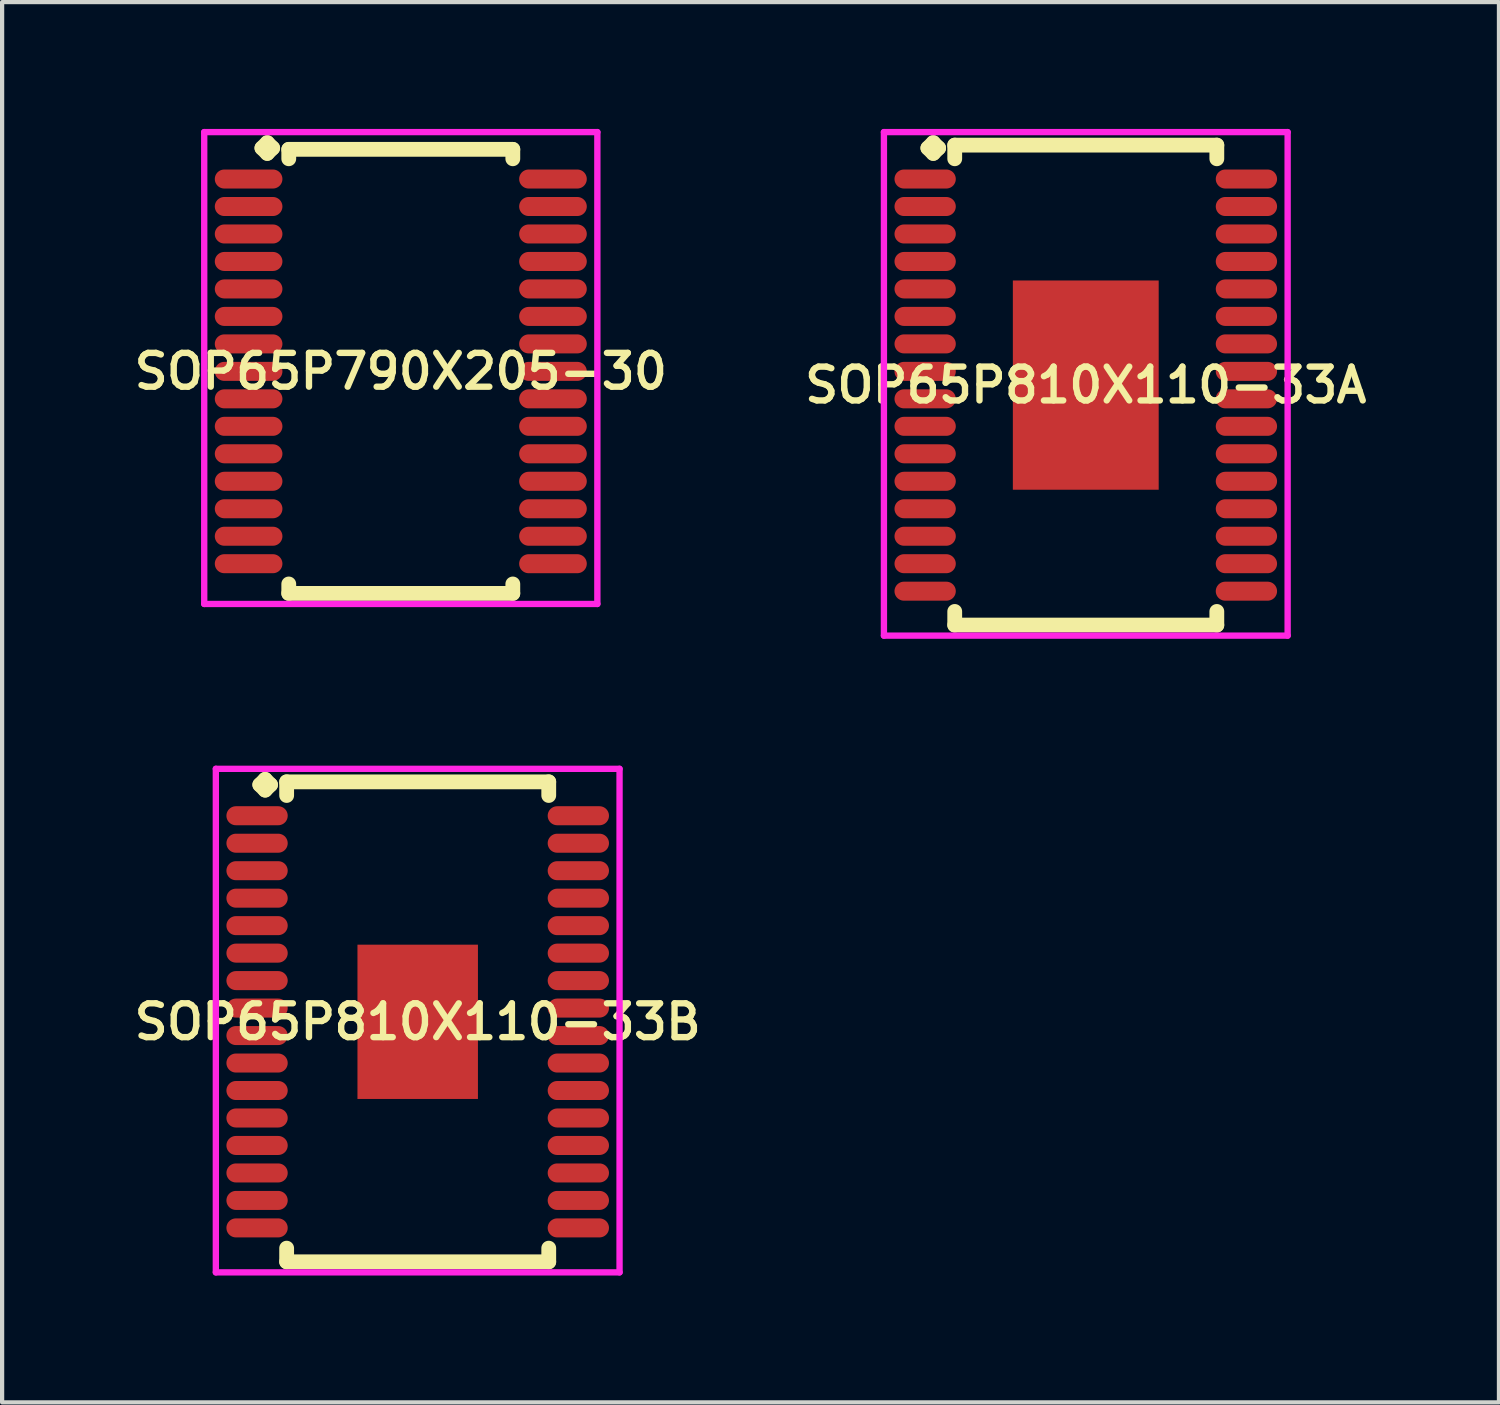
<source format=kicad_pcb>
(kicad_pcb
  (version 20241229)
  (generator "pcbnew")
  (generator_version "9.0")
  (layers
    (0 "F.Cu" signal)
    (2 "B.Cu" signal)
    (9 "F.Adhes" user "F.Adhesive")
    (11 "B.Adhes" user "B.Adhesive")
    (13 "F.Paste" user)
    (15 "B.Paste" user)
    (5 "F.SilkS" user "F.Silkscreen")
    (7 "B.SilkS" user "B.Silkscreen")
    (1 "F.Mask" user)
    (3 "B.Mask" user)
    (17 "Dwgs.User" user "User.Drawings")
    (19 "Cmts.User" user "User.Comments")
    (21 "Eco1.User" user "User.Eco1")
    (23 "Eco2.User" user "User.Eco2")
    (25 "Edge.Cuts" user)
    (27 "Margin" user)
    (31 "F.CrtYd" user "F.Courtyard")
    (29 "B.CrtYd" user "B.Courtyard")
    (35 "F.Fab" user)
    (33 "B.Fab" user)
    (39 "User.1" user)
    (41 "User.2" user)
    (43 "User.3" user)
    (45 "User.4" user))
  (footprint "SOP65P810X110-33A"
    (layer "F.Cu")
    (at 22.635 6.06)
    (property "Reference" "SOP65P810X110-33A" (at 0 0 0) (layer "F.SilkS") (effects (font (size 0.8 0.8) (thickness 0.15))))
    (attr smd)
    (fp_line (start -3.735 -5.608) (end -3.608 -5.735) (stroke (width 0.35) (type solid)) (layer "F.SilkS"))
    (fp_line (start -3.608 -5.735) (end -3.481 -5.608) (stroke (width 0.35) (type solid)) (layer "F.SilkS"))
    (fp_line (start -3.608 -5.481) (end -3.735 -5.608) (stroke (width 0.35) (type solid)) (layer "F.SilkS"))
    (fp_line (start -3.481 -5.608) (end -3.608 -5.481) (stroke (width 0.35) (type solid)) (layer "F.SilkS"))
    (fp_line (start -3.1 -5.677) (end 3.1 -5.677) (stroke (width 0.35) (type solid)) (layer "F.SilkS"))
    (fp_line (start -3.1 -5.354) (end -3.1 -5.677) (stroke (width 0.35) (type solid)) (layer "F.SilkS"))
    (fp_line (start -3.1 5.354) (end -3.1 5.677) (stroke (width 0.35) (type solid)) (layer "F.SilkS"))
    (fp_line (start -3.1 5.677) (end 3.1 5.677) (stroke (width 0.35) (type solid)) (layer "F.SilkS"))
    (fp_line (start 3.1 -5.677) (end 3.1 -5.354) (stroke (width 0.35) (type solid)) (layer "F.SilkS"))
    (fp_line (start 3.1 5.677) (end 3.1 5.354) (stroke (width 0.35) (type solid)) (layer "F.SilkS"))
    (fp_line (start -4.775 -5.985) (end 4.775 -5.985) (stroke (width 0.15) (type solid)) (layer "F.CrtYd"))
    (fp_line (start -4.775 5.927) (end -4.775 -5.985) (stroke (width 0.15) (type solid)) (layer "F.CrtYd"))
    (fp_line (start 4.775 -5.985) (end 4.775 5.927) (stroke (width 0.15) (type solid)) (layer "F.CrtYd"))
    (fp_line (start 4.775 5.927) (end -4.775 5.927) (stroke (width 0.15) (type solid)) (layer "F.CrtYd"))
    (pad "1" smd oval (at -3.8 -4.875) (size 1.45 0.45) (layers "F.Cu" "F.Mask" "F.Paste"))
    (pad "2" smd oval (at -3.8 -4.225) (size 1.45 0.45) (layers "F.Cu" "F.Mask" "F.Paste"))
    (pad "3" smd oval (at -3.8 -3.575) (size 1.45 0.45) (layers "F.Cu" "F.Mask" "F.Paste"))
    (pad "4" smd oval (at -3.8 -2.925) (size 1.45 0.45) (layers "F.Cu" "F.Mask" "F.Paste"))
    (pad "5" smd oval (at -3.8 -2.275) (size 1.45 0.45) (layers "F.Cu" "F.Mask" "F.Paste"))
    (pad "6" smd oval (at -3.8 -1.625) (size 1.45 0.45) (layers "F.Cu" "F.Mask" "F.Paste"))
    (pad "7" smd oval (at -3.8 -0.975) (size 1.45 0.45) (layers "F.Cu" "F.Mask" "F.Paste"))
    (pad "8" smd oval (at -3.8 -0.325) (size 1.45 0.45) (layers "F.Cu" "F.Mask" "F.Paste"))
    (pad "9" smd oval (at -3.8 0.325) (size 1.45 0.45) (layers "F.Cu" "F.Mask" "F.Paste"))
    (pad "10" smd oval (at -3.8 0.975) (size 1.45 0.45) (layers "F.Cu" "F.Mask" "F.Paste"))
    (pad "11" smd oval (at -3.8 1.625) (size 1.45 0.45) (layers "F.Cu" "F.Mask" "F.Paste"))
    (pad "12" smd oval (at -3.8 2.275) (size 1.45 0.45) (layers "F.Cu" "F.Mask" "F.Paste"))
    (pad "13" smd oval (at -3.8 2.925) (size 1.45 0.45) (layers "F.Cu" "F.Mask" "F.Paste"))
    (pad "14" smd oval (at -3.8 3.575) (size 1.45 0.45) (layers "F.Cu" "F.Mask" "F.Paste"))
    (pad "15" smd oval (at -3.8 4.225) (size 1.45 0.45) (layers "F.Cu" "F.Mask" "F.Paste"))
    (pad "16" smd oval (at -3.8 4.875) (size 1.45 0.45) (layers "F.Cu" "F.Mask" "F.Paste"))
    (pad "17" smd oval (at 3.8 4.875) (size 1.45 0.45) (layers "F.Cu" "F.Mask" "F.Paste"))
    (pad "18" smd oval (at 3.8 4.225) (size 1.45 0.45) (layers "F.Cu" "F.Mask" "F.Paste"))
    (pad "19" smd oval (at 3.8 3.575) (size 1.45 0.45) (layers "F.Cu" "F.Mask" "F.Paste"))
    (pad "20" smd oval (at 3.8 2.925) (size 1.45 0.45) (layers "F.Cu" "F.Mask" "F.Paste"))
    (pad "21" smd oval (at 3.8 2.275) (size 1.45 0.45) (layers "F.Cu" "F.Mask" "F.Paste"))
    (pad "22" smd oval (at 3.8 1.625) (size 1.45 0.45) (layers "F.Cu" "F.Mask" "F.Paste"))
    (pad "23" smd oval (at 3.8 0.975) (size 1.45 0.45) (layers "F.Cu" "F.Mask" "F.Paste"))
    (pad "24" smd oval (at 3.8 0.325) (size 1.45 0.45) (layers "F.Cu" "F.Mask" "F.Paste"))
    (pad "25" smd oval (at 3.8 -0.325) (size 1.45 0.45) (layers "F.Cu" "F.Mask" "F.Paste"))
    (pad "26" smd oval (at 3.8 -0.975) (size 1.45 0.45) (layers "F.Cu" "F.Mask" "F.Paste"))
    (pad "27" smd oval (at 3.8 -1.625) (size 1.45 0.45) (layers "F.Cu" "F.Mask" "F.Paste"))
    (pad "28" smd oval (at 3.8 -2.275) (size 1.45 0.45) (layers "F.Cu" "F.Mask" "F.Paste"))
    (pad "29" smd oval (at 3.8 -2.925) (size 1.45 0.45) (layers "F.Cu" "F.Mask" "F.Paste"))
    (pad "30" smd oval (at 3.8 -3.575) (size 1.45 0.45) (layers "F.Cu" "F.Mask" "F.Paste"))
    (pad "31" smd oval (at 3.8 -4.225) (size 1.45 0.45) (layers "F.Cu" "F.Mask" "F.Paste"))
    (pad "32" smd oval (at 3.8 -4.875) (size 1.45 0.45) (layers "F.Cu" "F.Mask" "F.Paste"))
    (pad "33" smd rect (at 0 0) (size 3.45 4.95) (layers "F.Cu" "F.Mask" "F.Paste")))
  (footprint "SOP65P790X205-30"
    (layer "F.Cu")
    (at 6.431 5.735)
    (property "Reference" "SOP65P790X205-30" (at 0 0 0) (layer "F.SilkS") (effects (font (size 0.8 0.8) (thickness 0.15))))
    (attr through_hole)
    (fp_line (start -3.285 -5.283) (end -3.158 -5.41) (stroke (width 0.35) (type solid)) (layer "F.SilkS"))
    (fp_line (start -3.158 -5.41) (end -3.031 -5.283) (stroke (width 0.35) (type solid)) (layer "F.SilkS"))
    (fp_line (start -3.158 -5.156) (end -3.285 -5.283) (stroke (width 0.35) (type solid)) (layer "F.SilkS"))
    (fp_line (start -3.031 -5.283) (end -3.158 -5.156) (stroke (width 0.35) (type solid)) (layer "F.SilkS"))
    (fp_line (start -2.65 -5.252) (end 2.65 -5.252) (stroke (width 0.35) (type solid)) (layer "F.SilkS"))
    (fp_line (start -2.65 -5.029) (end -2.65 -5.252) (stroke (width 0.35) (type solid)) (layer "F.SilkS"))
    (fp_line (start -2.65 5.029) (end -2.65 5.252) (stroke (width 0.35) (type solid)) (layer "F.SilkS"))
    (fp_line (start -2.65 5.252) (end 2.65 5.252) (stroke (width 0.35) (type solid)) (layer "F.SilkS"))
    (fp_line (start 2.65 -5.252) (end 2.65 -5.029) (stroke (width 0.35) (type solid)) (layer "F.SilkS"))
    (fp_line (start 2.65 5.252) (end 2.65 5.029) (stroke (width 0.35) (type solid)) (layer "F.SilkS"))
    (fp_line (start -4.65 -5.66) (end 4.65 -5.66) (stroke (width 0.15) (type solid)) (layer "F.CrtYd"))
    (fp_line (start -4.65 5.502) (end -4.65 -5.66) (stroke (width 0.15) (type solid)) (layer "F.CrtYd"))
    (fp_line (start 4.65 -5.66) (end 4.65 5.502) (stroke (width 0.15) (type solid)) (layer "F.CrtYd"))
    (fp_line (start 4.65 5.502) (end -4.65 5.502) (stroke (width 0.15) (type solid)) (layer "F.CrtYd"))
    (pad "1" smd oval (at -3.6 -4.55) (size 1.6 0.45) (layers "F.Cu" "F.Mask" "F.Paste"))
    (pad "2" smd oval (at -3.6 -3.9) (size 1.6 0.45) (layers "F.Cu" "F.Mask" "F.Paste"))
    (pad "3" smd oval (at -3.6 -3.25) (size 1.6 0.45) (layers "F.Cu" "F.Mask" "F.Paste"))
    (pad "4" smd oval (at -3.6 -2.6) (size 1.6 0.45) (layers "F.Cu" "F.Mask" "F.Paste"))
    (pad "5" smd oval (at -3.6 -1.95) (size 1.6 0.45) (layers "F.Cu" "F.Mask" "F.Paste"))
    (pad "6" smd oval (at -3.6 -1.3) (size 1.6 0.45) (layers "F.Cu" "F.Mask" "F.Paste"))
    (pad "7" smd oval (at -3.6 -0.65) (size 1.6 0.45) (layers "F.Cu" "F.Mask" "F.Paste"))
    (pad "8" smd oval (at -3.6 0) (size 1.6 0.45) (layers "F.Cu" "F.Mask" "F.Paste"))
    (pad "9" smd oval (at -3.6 0.65) (size 1.6 0.45) (layers "F.Cu" "F.Mask" "F.Paste"))
    (pad "10" smd oval (at -3.6 1.3) (size 1.6 0.45) (layers "F.Cu" "F.Mask" "F.Paste"))
    (pad "11" smd oval (at -3.6 1.95) (size 1.6 0.45) (layers "F.Cu" "F.Mask" "F.Paste"))
    (pad "12" smd oval (at -3.6 2.6) (size 1.6 0.45) (layers "F.Cu" "F.Mask" "F.Paste"))
    (pad "13" smd oval (at -3.6 3.25) (size 1.6 0.45) (layers "F.Cu" "F.Mask" "F.Paste"))
    (pad "14" smd oval (at -3.6 3.9) (size 1.6 0.45) (layers "F.Cu" "F.Mask" "F.Paste"))
    (pad "15" smd oval (at -3.6 4.55) (size 1.6 0.45) (layers "F.Cu" "F.Mask" "F.Paste"))
    (pad "16" smd oval (at 3.6 4.55) (size 1.6 0.45) (layers "F.Cu" "F.Mask" "F.Paste"))
    (pad "17" smd oval (at 3.6 3.9) (size 1.6 0.45) (layers "F.Cu" "F.Mask" "F.Paste"))
    (pad "18" smd oval (at 3.6 3.25) (size 1.6 0.45) (layers "F.Cu" "F.Mask" "F.Paste"))
    (pad "19" smd oval (at 3.6 2.6) (size 1.6 0.45) (layers "F.Cu" "F.Mask" "F.Paste"))
    (pad "20" smd oval (at 3.6 1.95) (size 1.6 0.45) (layers "F.Cu" "F.Mask" "F.Paste"))
    (pad "21" smd oval (at 3.6 1.3) (size 1.6 0.45) (layers "F.Cu" "F.Mask" "F.Paste"))
    (pad "22" smd oval (at 3.6 0.65) (size 1.6 0.45) (layers "F.Cu" "F.Mask" "F.Paste"))
    (pad "23" smd oval (at 3.6 0) (size 1.6 0.45) (layers "F.Cu" "F.Mask" "F.Paste"))
    (pad "24" smd oval (at 3.6 -0.65) (size 1.6 0.45) (layers "F.Cu" "F.Mask" "F.Paste"))
    (pad "25" smd oval (at 3.6 -1.3) (size 1.6 0.45) (layers "F.Cu" "F.Mask" "F.Paste"))
    (pad "26" smd oval (at 3.6 -1.95) (size 1.6 0.45) (layers "F.Cu" "F.Mask" "F.Paste"))
    (pad "27" smd oval (at 3.6 -2.6) (size 1.6 0.45) (layers "F.Cu" "F.Mask" "F.Paste"))
    (pad "28" smd oval (at 3.6 -3.25) (size 1.6 0.45) (layers "F.Cu" "F.Mask" "F.Paste"))
    (pad "29" smd oval (at 3.6 -3.9) (size 1.6 0.45) (layers "F.Cu" "F.Mask" "F.Paste"))
    (pad "30" smd oval (at 3.6 -4.55) (size 1.6 0.45) (layers "F.Cu" "F.Mask" "F.Paste")))
  (footprint "SOP65P810X110-33B"
    (layer "F.Cu")
    (at 6.831 21.122)
    (property "Reference" "SOP65P810X110-33B" (at 0 0 0) (layer "F.SilkS") (effects (font (size 0.8 0.8) (thickness 0.15))))
    (attr smd)
    (fp_line (start -3.735 -5.608) (end -3.608 -5.735) (stroke (width 0.35) (type solid)) (layer "F.SilkS"))
    (fp_line (start -3.608 -5.735) (end -3.481 -5.608) (stroke (width 0.35) (type solid)) (layer "F.SilkS"))
    (fp_line (start -3.608 -5.481) (end -3.735 -5.608) (stroke (width 0.35) (type solid)) (layer "F.SilkS"))
    (fp_line (start -3.481 -5.608) (end -3.608 -5.481) (stroke (width 0.35) (type solid)) (layer "F.SilkS"))
    (fp_line (start -3.1 -5.677) (end 3.1 -5.677) (stroke (width 0.35) (type solid)) (layer "F.SilkS"))
    (fp_line (start -3.1 -5.354) (end -3.1 -5.677) (stroke (width 0.35) (type solid)) (layer "F.SilkS"))
    (fp_line (start -3.1 5.354) (end -3.1 5.677) (stroke (width 0.35) (type solid)) (layer "F.SilkS"))
    (fp_line (start -3.1 5.677) (end 3.1 5.677) (stroke (width 0.35) (type solid)) (layer "F.SilkS"))
    (fp_line (start 3.1 -5.677) (end 3.1 -5.354) (stroke (width 0.35) (type solid)) (layer "F.SilkS"))
    (fp_line (start 3.1 5.677) (end 3.1 5.354) (stroke (width 0.35) (type solid)) (layer "F.SilkS"))
    (fp_line (start -4.775 -5.985) (end 4.775 -5.985) (stroke (width 0.15) (type solid)) (layer "F.CrtYd"))
    (fp_line (start -4.775 5.927) (end -4.775 -5.985) (stroke (width 0.15) (type solid)) (layer "F.CrtYd"))
    (fp_line (start 4.775 -5.985) (end 4.775 5.927) (stroke (width 0.15) (type solid)) (layer "F.CrtYd"))
    (fp_line (start 4.775 5.927) (end -4.775 5.927) (stroke (width 0.15) (type solid)) (layer "F.CrtYd"))
    (pad "1" smd oval (at -3.8 -4.875) (size 1.45 0.45) (layers "F.Cu" "F.Mask" "F.Paste"))
    (pad "2" smd oval (at -3.8 -4.225) (size 1.45 0.45) (layers "F.Cu" "F.Mask" "F.Paste"))
    (pad "3" smd oval (at -3.8 -3.575) (size 1.45 0.45) (layers "F.Cu" "F.Mask" "F.Paste"))
    (pad "4" smd oval (at -3.8 -2.925) (size 1.45 0.45) (layers "F.Cu" "F.Mask" "F.Paste"))
    (pad "5" smd oval (at -3.8 -2.275) (size 1.45 0.45) (layers "F.Cu" "F.Mask" "F.Paste"))
    (pad "6" smd oval (at -3.8 -1.625) (size 1.45 0.45) (layers "F.Cu" "F.Mask" "F.Paste"))
    (pad "7" smd oval (at -3.8 -0.975) (size 1.45 0.45) (layers "F.Cu" "F.Mask" "F.Paste"))
    (pad "8" smd oval (at -3.8 -0.325) (size 1.45 0.45) (layers "F.Cu" "F.Mask" "F.Paste"))
    (pad "9" smd oval (at -3.8 0.325) (size 1.45 0.45) (layers "F.Cu" "F.Mask" "F.Paste"))
    (pad "10" smd oval (at -3.8 0.975) (size 1.45 0.45) (layers "F.Cu" "F.Mask" "F.Paste"))
    (pad "11" smd oval (at -3.8 1.625) (size 1.45 0.45) (layers "F.Cu" "F.Mask" "F.Paste"))
    (pad "12" smd oval (at -3.8 2.275) (size 1.45 0.45) (layers "F.Cu" "F.Mask" "F.Paste"))
    (pad "13" smd oval (at -3.8 2.925) (size 1.45 0.45) (layers "F.Cu" "F.Mask" "F.Paste"))
    (pad "14" smd oval (at -3.8 3.575) (size 1.45 0.45) (layers "F.Cu" "F.Mask" "F.Paste"))
    (pad "15" smd oval (at -3.8 4.225) (size 1.45 0.45) (layers "F.Cu" "F.Mask" "F.Paste"))
    (pad "16" smd oval (at -3.8 4.875) (size 1.45 0.45) (layers "F.Cu" "F.Mask" "F.Paste"))
    (pad "17" smd oval (at 3.8 4.875) (size 1.45 0.45) (layers "F.Cu" "F.Mask" "F.Paste"))
    (pad "18" smd oval (at 3.8 4.225) (size 1.45 0.45) (layers "F.Cu" "F.Mask" "F.Paste"))
    (pad "19" smd oval (at 3.8 3.575) (size 1.45 0.45) (layers "F.Cu" "F.Mask" "F.Paste"))
    (pad "20" smd oval (at 3.8 2.925) (size 1.45 0.45) (layers "F.Cu" "F.Mask" "F.Paste"))
    (pad "21" smd oval (at 3.8 2.275) (size 1.45 0.45) (layers "F.Cu" "F.Mask" "F.Paste"))
    (pad "22" smd oval (at 3.8 1.625) (size 1.45 0.45) (layers "F.Cu" "F.Mask" "F.Paste"))
    (pad "23" smd oval (at 3.8 0.975) (size 1.45 0.45) (layers "F.Cu" "F.Mask" "F.Paste"))
    (pad "24" smd oval (at 3.8 0.325) (size 1.45 0.45) (layers "F.Cu" "F.Mask" "F.Paste"))
    (pad "25" smd oval (at 3.8 -0.325) (size 1.45 0.45) (layers "F.Cu" "F.Mask" "F.Paste"))
    (pad "26" smd oval (at 3.8 -0.975) (size 1.45 0.45) (layers "F.Cu" "F.Mask" "F.Paste"))
    (pad "27" smd oval (at 3.8 -1.625) (size 1.45 0.45) (layers "F.Cu" "F.Mask" "F.Paste"))
    (pad "28" smd oval (at 3.8 -2.275) (size 1.45 0.45) (layers "F.Cu" "F.Mask" "F.Paste"))
    (pad "29" smd oval (at 3.8 -2.925) (size 1.45 0.45) (layers "F.Cu" "F.Mask" "F.Paste"))
    (pad "30" smd oval (at 3.8 -3.575) (size 1.45 0.45) (layers "F.Cu" "F.Mask" "F.Paste"))
    (pad "31" smd oval (at 3.8 -4.225) (size 1.45 0.45) (layers "F.Cu" "F.Mask" "F.Paste"))
    (pad "32" smd oval (at 3.8 -4.875) (size 1.45 0.45) (layers "F.Cu" "F.Mask" "F.Paste"))
    (pad "33" smd rect (at 0 0) (size 2.85 3.65) (layers "F.Cu" "F.Mask" "F.Paste")))
  (gr_rect
    (start -3 -3)
    (end 32.409 30.124)
    (stroke (width 0.1) (type default))
    (fill no)
    (layer "Edge.Cuts")))
</source>
